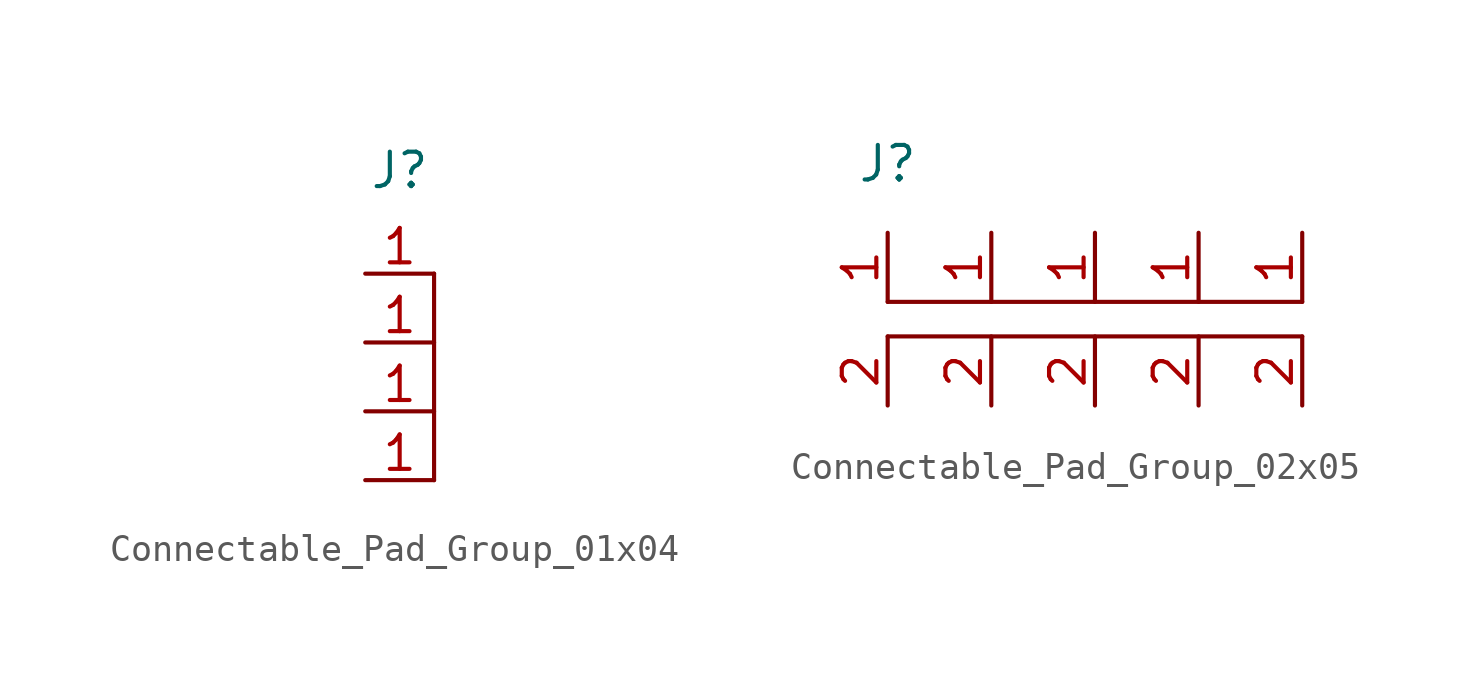
<source format=kicad_sym>
(kicad_symbol_lib
  (version 20220914)
  (generator kicad_symbol_editor)
  (symbol "Connectable_Pad_Group_01x04"
    (property "Reference" "J"
      (at 0 2.54 0)
      (effects (font (size 1.27 1.27))))
    (symbol "Connectable_Pad_Group_01x04_0_1"
      (polyline (pts (xy 1.27 -1.27) (xy 1.27 -8.89)) (stroke (width 0) (type default)) (fill (type none))))
    (symbol "Connectable_Pad_Group_01x04_1_1"
      (pin passive line (at -1.27 -8.89 0) (length 2.54) (name "" (effects (font (size 1.27 1.27)))) (number "1" (effects (font (size 1.27 1.27)))))
      (pin passive line (at -1.27 -6.35 0) (length 2.54) (name "" (effects (font (size 1.27 1.27)))) (number "1" (effects (font (size 1.27 1.27)))))
      (pin passive line (at -1.27 -3.81 0) (length 2.54) (name "" (effects (font (size 1.27 1.27)))) (number "1" (effects (font (size 1.27 1.27)))))
      (pin passive line (at -1.27 -1.27 0) (length 2.54) (name "" (effects (font (size 1.27 1.27)))) (number "1" (effects (font (size 1.27 1.27)))))))
  (symbol "Connectable_Pad_Group_02x05"
    (property "Reference" "J"
      (at 0 0 0)
      (effects (font (size 1.27 1.27))))
    (property "Value" ""
      (at 0 0 0)
      (effects (font (size 1.27 1.27))))
    (symbol "Connectable_Pad_Group_02x05_0_1"
      (polyline (pts (xy 0 -5.08) (xy 15.24 -5.08)) (stroke (width 0) (type default)) (fill (type none)))
      (polyline (pts (xy 15.24 -6.35) (xy 0 -6.35)) (stroke (width 0) (type default)) (fill (type none))))
    (symbol "Connectable_Pad_Group_02x05_1_1"
      (pin passive line (at 0 -2.54 270) (length 2.54) (name "" (effects (font (size 1.27 1.27)))) (number "1" (effects (font (size 1.27 1.27)))))
      (pin passive line (at 3.81 -2.54 270) (length 2.54) (name "" (effects (font (size 1.27 1.27)))) (number "1" (effects (font (size 1.27 1.27)))))
      (pin passive line (at 7.62 -2.54 270) (length 2.54) (name "" (effects (font (size 1.27 1.27)))) (number "1" (effects (font (size 1.27 1.27)))))
      (pin passive line (at 11.43 -2.54 270) (length 2.54) (name "" (effects (font (size 1.27 1.27)))) (number "1" (effects (font (size 1.27 1.27)))))
      (pin passive line (at 15.24 -2.54 270) (length 2.54) (name "" (effects (font (size 1.27 1.27)))) (number "1" (effects (font (size 1.27 1.27)))))
      (pin passive line (at 0 -8.89 90) (length 2.54) (name "" (effects (font (size 1.27 1.27)))) (number "2" (effects (font (size 1.27 1.27)))))
      (pin passive line (at 3.81 -8.89 90) (length 2.54) (name "" (effects (font (size 1.27 1.27)))) (number "2" (effects (font (size 1.27 1.27)))))
      (pin passive line (at 7.62 -8.89 90) (length 2.54) (name "" (effects (font (size 1.27 1.27)))) (number "2" (effects (font (size 1.27 1.27)))))
      (pin passive line (at 11.43 -8.89 90) (length 2.54) (name "" (effects (font (size 1.27 1.27)))) (number "2" (effects (font (size 1.27 1.27)))))
      (pin passive line (at 15.24 -8.89 90) (length 2.54) (name "" (effects (font (size 1.27 1.27)))) (number "2" (effects (font (size 1.27 1.27))))))))
</source>
